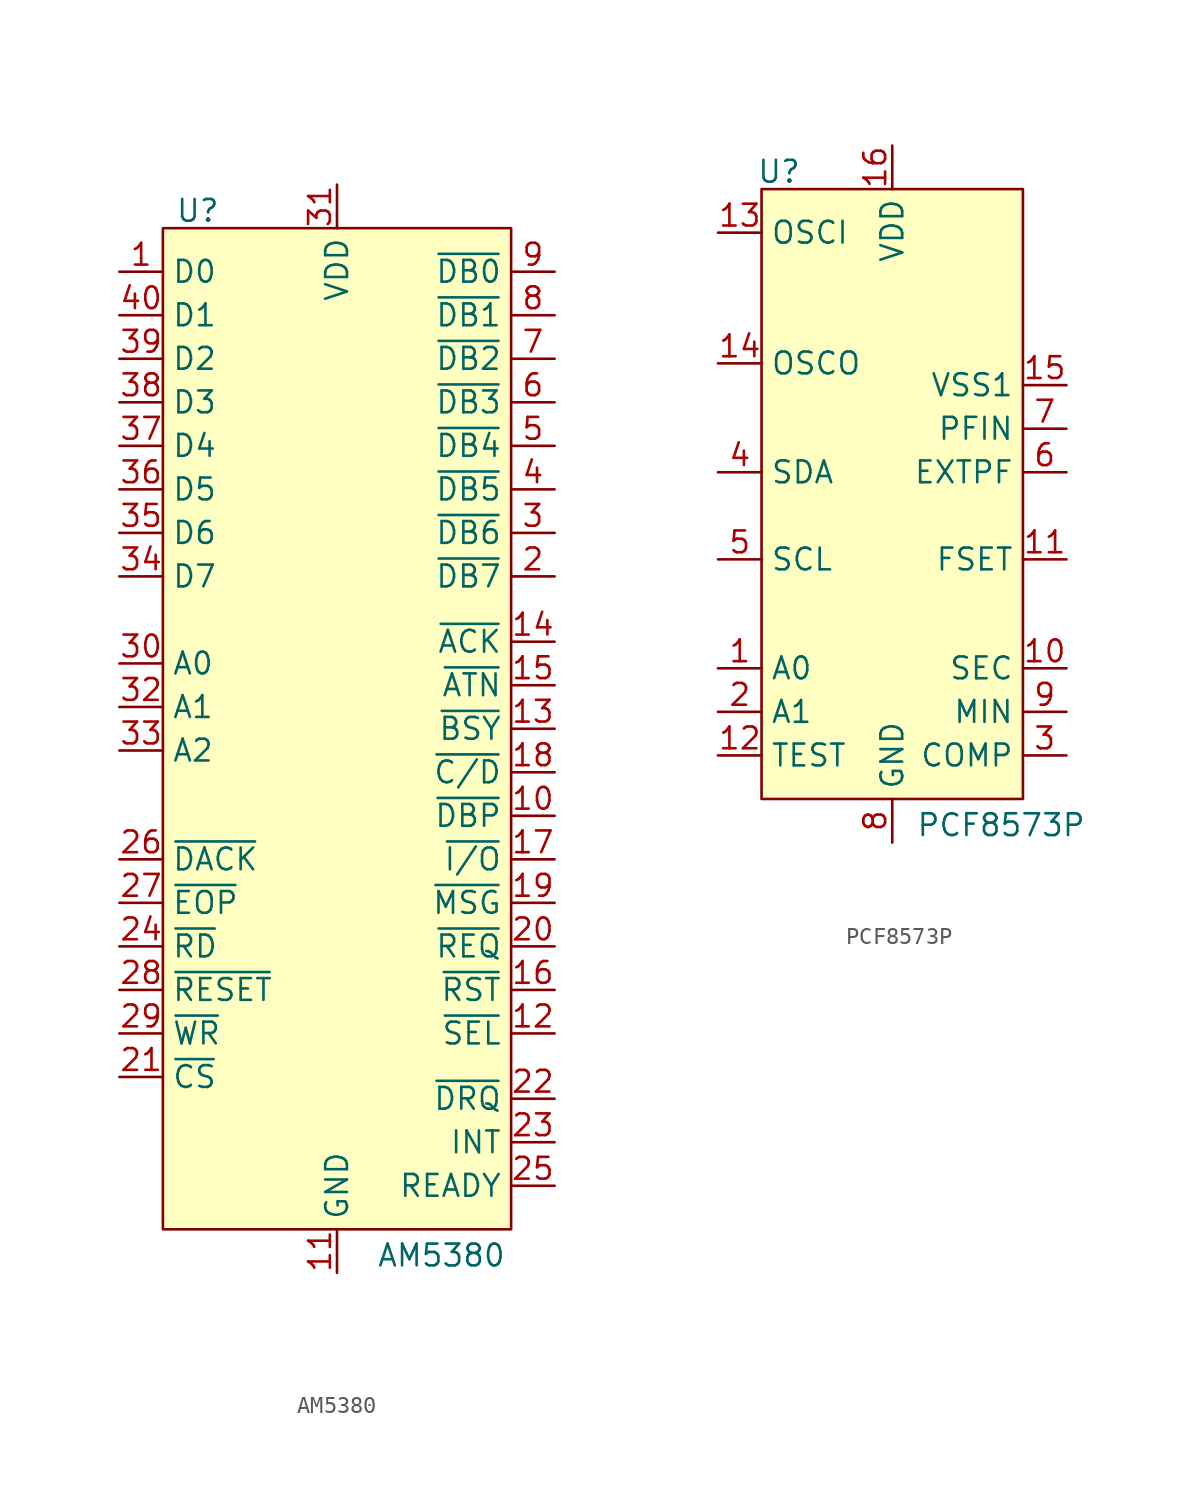
<source format=kicad_sym>
(kicad_symbol_lib
  (version 20231120)
  (generator "kicad_symbol_editor")
  (generator_version "8.0")
  (symbol "AM5380"
    (property "Reference" "U"
      (at -8.128 21.336 0)
      (effects (font (size 1.27 1.27))))
    (property "Value" "AM5380"
      (at 6.096 -39.624 0)
      (effects (font (size 1.27 1.27))))
    (symbol "AM5380_0_0"
      (pin bidirectional line (at -12.7 17.78 0) (length 2.54) (name "D0" (effects (font (size 1.27 1.27)))) (number "1" (effects (font (size 1.27 1.27)))))
      (pin power_in line (at 0 -40.64 90) (length 2.54) (name "GND" (effects (font (size 1.27 1.27)))) (number "11" (effects (font (size 1.27 1.27)))))
      (pin bidirectional line (at 12.7 0 180) (length 2.54) (name "~{DB7}" (effects (font (size 1.27 1.27)))) (number "2" (effects (font (size 1.27 1.27)))))
      (pin input line (at -12.7 -29.21 0) (length 2.54) (name "~{CS}" (effects (font (size 1.27 1.27)))) (number "21" (effects (font (size 1.27 1.27)))))
      (pin output line (at 12.7 -33.02 180) (length 2.54) (name "INT" (effects (font (size 1.27 1.27)))) (number "23" (effects (font (size 1.27 1.27)))))
      (pin input line (at -12.7 -21.59 0) (length 2.54) (name "~{RD}" (effects (font (size 1.27 1.27)))) (number "24" (effects (font (size 1.27 1.27)))))
      (pin input line (at -12.7 -16.51 0) (length 2.54) (name "~{DACK}" (effects (font (size 1.27 1.27)))) (number "26" (effects (font (size 1.27 1.27)))))
      (pin input line (at -12.7 -19.05 0) (length 2.54) (name "~{EOP}" (effects (font (size 1.27 1.27)))) (number "27" (effects (font (size 1.27 1.27)))))
      (pin input line (at -12.7 -24.13 0) (length 2.54) (name "~{RESET}" (effects (font (size 1.27 1.27)))) (number "28" (effects (font (size 1.27 1.27)))))
      (pin input line (at -12.7 -26.67 0) (length 2.54) (name "~{WR}" (effects (font (size 1.27 1.27)))) (number "29" (effects (font (size 1.27 1.27)))))
      (pin bidirectional line (at 12.7 2.54 180) (length 2.54) (name "~{DB6}" (effects (font (size 1.27 1.27)))) (number "3" (effects (font (size 1.27 1.27)))))
      (pin input line (at -12.7 -5.08 0) (length 2.54) (name "A0" (effects (font (size 1.27 1.27)))) (number "30" (effects (font (size 1.27 1.27)))))
      (pin power_in line (at 0 22.86 270) (length 2.54) (name "VDD" (effects (font (size 1.27 1.27)))) (number "31" (effects (font (size 1.27 1.27)))))
      (pin input line (at -12.7 -7.62 0) (length 2.54) (name "A1" (effects (font (size 1.27 1.27)))) (number "32" (effects (font (size 1.27 1.27)))))
      (pin input line (at -12.7 -10.16 0) (length 2.54) (name "A2" (effects (font (size 1.27 1.27)))) (number "33" (effects (font (size 1.27 1.27)))))
      (pin bidirectional line (at -12.7 0 0) (length 2.54) (name "D7" (effects (font (size 1.27 1.27)))) (number "34" (effects (font (size 1.27 1.27)))))
      (pin bidirectional line (at -12.7 2.54 0) (length 2.54) (name "D6" (effects (font (size 1.27 1.27)))) (number "35" (effects (font (size 1.27 1.27)))))
      (pin bidirectional line (at -12.7 5.08 0) (length 2.54) (name "D5" (effects (font (size 1.27 1.27)))) (number "36" (effects (font (size 1.27 1.27)))))
      (pin bidirectional line (at -12.7 7.62 0) (length 2.54) (name "D4" (effects (font (size 1.27 1.27)))) (number "37" (effects (font (size 1.27 1.27)))))
      (pin bidirectional line (at -12.7 10.16 0) (length 2.54) (name "D3" (effects (font (size 1.27 1.27)))) (number "38" (effects (font (size 1.27 1.27)))))
      (pin bidirectional line (at -12.7 12.7 0) (length 2.54) (name "D2" (effects (font (size 1.27 1.27)))) (number "39" (effects (font (size 1.27 1.27)))))
      (pin bidirectional line (at 12.7 5.08 180) (length 2.54) (name "~{DB5}" (effects (font (size 1.27 1.27)))) (number "4" (effects (font (size 1.27 1.27)))))
      (pin bidirectional line (at -12.7 15.24 0) (length 2.54) (name "D1" (effects (font (size 1.27 1.27)))) (number "40" (effects (font (size 1.27 1.27)))))
      (pin bidirectional line (at 12.7 7.62 180) (length 2.54) (name "~{DB4}" (effects (font (size 1.27 1.27)))) (number "5" (effects (font (size 1.27 1.27)))))
      (pin bidirectional line (at 12.7 10.16 180) (length 2.54) (name "~{DB3}" (effects (font (size 1.27 1.27)))) (number "6" (effects (font (size 1.27 1.27)))))
      (pin bidirectional line (at 12.7 12.7 180) (length 2.54) (name "~{DB2}" (effects (font (size 1.27 1.27)))) (number "7" (effects (font (size 1.27 1.27)))))
      (pin bidirectional line (at 12.7 15.24 180) (length 2.54) (name "~{DB1}" (effects (font (size 1.27 1.27)))) (number "8" (effects (font (size 1.27 1.27)))))
      (pin bidirectional line (at 12.7 17.78 180) (length 2.54) (name "~{DB0}" (effects (font (size 1.27 1.27)))) (number "9" (effects (font (size 1.27 1.27))))))
    (symbol "AM5380_1_0"
      (pin bidirectional line (at 12.7 -13.97 180) (length 2.54) (name "~{DBP}" (effects (font (size 1.27 1.27)))) (number "10" (effects (font (size 1.27 1.27)))))
      (pin bidirectional line (at 12.7 -26.67 180) (length 2.54) (name "~{SEL}" (effects (font (size 1.27 1.27)))) (number "12" (effects (font (size 1.27 1.27)))))
      (pin bidirectional line (at 12.7 -8.89 180) (length 2.54) (name "~{BSY}" (effects (font (size 1.27 1.27)))) (number "13" (effects (font (size 1.27 1.27)))))
      (pin bidirectional line (at 12.7 -3.81 180) (length 2.54) (name "~{ACK}" (effects (font (size 1.27 1.27)))) (number "14" (effects (font (size 1.27 1.27)))))
      (pin bidirectional line (at 12.7 -6.35 180) (length 2.54) (name "~{ATN}" (effects (font (size 1.27 1.27)))) (number "15" (effects (font (size 1.27 1.27)))))
      (pin bidirectional line (at 12.7 -24.13 180) (length 2.54) (name "~{RST}" (effects (font (size 1.27 1.27)))) (number "16" (effects (font (size 1.27 1.27)))))
      (pin bidirectional line (at 12.7 -16.51 180) (length 2.54) (name "~{I/O}" (effects (font (size 1.27 1.27)))) (number "17" (effects (font (size 1.27 1.27)))))
      (pin bidirectional line (at 12.7 -11.43 180) (length 2.54) (name "~{C/D}" (effects (font (size 1.27 1.27)))) (number "18" (effects (font (size 1.27 1.27)))))
      (pin bidirectional line (at 12.7 -19.05 180) (length 2.54) (name "~{MSG}" (effects (font (size 1.27 1.27)))) (number "19" (effects (font (size 1.27 1.27)))))
      (pin bidirectional line (at 12.7 -21.59 180) (length 2.54) (name "~{REQ}" (effects (font (size 1.27 1.27)))) (number "20" (effects (font (size 1.27 1.27)))))
      (pin output line (at 12.7 -30.48 180) (length 2.54) (name "~{DRQ}" (effects (font (size 1.27 1.27)))) (number "22" (effects (font (size 1.27 1.27)))))
      (pin output line (at 12.7 -35.56 180) (length 2.54) (name "READY" (effects (font (size 1.27 1.27)))) (number "25" (effects (font (size 1.27 1.27))))))
    (symbol "AM5380_1_1"
      (rectangle (start -10.16 20.32) (end 10.16 -38.1) (stroke (width 0) (type default)) (fill (type background)))))
  (symbol "PCF8573P"
    (property "Reference" "U"
      (at -6.604 7.366 0)
      (effects (font (size 1.27 1.27))))
    (property "Value" "PCF8573P"
      (at 6.35 -30.734 0)
      (effects (font (size 1.27 1.27))))
    (symbol "PCF8573P_0_0"
      (pin input line (at -10.16 -21.59 0) (length 2.54) (name "A0" (effects (font (size 1.27 1.27)))) (number "1" (effects (font (size 1.27 1.27)))))
      (pin passive line (at 10.16 -21.59 180) (length 2.54) (name "SEC" (effects (font (size 1.27 1.27)))) (number "10" (effects (font (size 1.27 1.27)))))
      (pin input line (at 10.16 -15.24 180) (length 2.54) (name "FSET" (effects (font (size 1.27 1.27)))) (number "11" (effects (font (size 1.27 1.27)))))
      (pin input line (at -10.16 -26.67 0) (length 2.54) (name "TEST" (effects (font (size 1.27 1.27)))) (number "12" (effects (font (size 1.27 1.27)))))
      (pin input line (at -10.16 3.81 0) (length 2.54) (name "OSCI" (effects (font (size 1.27 1.27)))) (number "13" (effects (font (size 1.27 1.27)))))
      (pin output line (at -10.16 -3.81 0) (length 2.54) (name "OSCO" (effects (font (size 1.27 1.27)))) (number "14" (effects (font (size 1.27 1.27)))))
      (pin power_in line (at 10.16 -5.08 180) (length 2.54) (name "VSS1" (effects (font (size 1.27 1.27)))) (number "15" (effects (font (size 1.27 1.27)))))
      (pin power_in line (at 0 8.89 270) (length 2.54) (name "VDD" (effects (font (size 1.27 1.27)))) (number "16" (effects (font (size 1.27 1.27)))))
      (pin input line (at -10.16 -24.13 0) (length 2.54) (name "A1" (effects (font (size 1.27 1.27)))) (number "2" (effects (font (size 1.27 1.27)))))
      (pin passive line (at 10.16 -26.67 180) (length 2.54) (name "COMP" (effects (font (size 1.27 1.27)))) (number "3" (effects (font (size 1.27 1.27)))))
      (pin bidirectional line (at -10.16 -10.16 0) (length 2.54) (name "SDA" (effects (font (size 1.27 1.27)))) (number "4" (effects (font (size 1.27 1.27)))))
      (pin input line (at -10.16 -15.24 0) (length 2.54) (name "SCL" (effects (font (size 1.27 1.27)))) (number "5" (effects (font (size 1.27 1.27)))))
      (pin input line (at 10.16 -10.16 180) (length 2.54) (name "EXTPF" (effects (font (size 1.27 1.27)))) (number "6" (effects (font (size 1.27 1.27)))))
      (pin input line (at 10.16 -7.62 180) (length 2.54) (name "PFIN" (effects (font (size 1.27 1.27)))) (number "7" (effects (font (size 1.27 1.27)))))
      (pin power_in line (at 0 -31.75 90) (length 2.54) (name "GND" (effects (font (size 1.27 1.27)))) (number "8" (effects (font (size 1.27 1.27)))))
      (pin passive line (at 10.16 -24.13 180) (length 2.54) (name "MIN" (effects (font (size 1.27 1.27)))) (number "9" (effects (font (size 1.27 1.27))))))
    (symbol "PCF8573P_1_1"
      (rectangle (start -7.62 6.35) (end 7.62 -29.21) (stroke (width 0) (type default)) (fill (type background))))))
</source>
